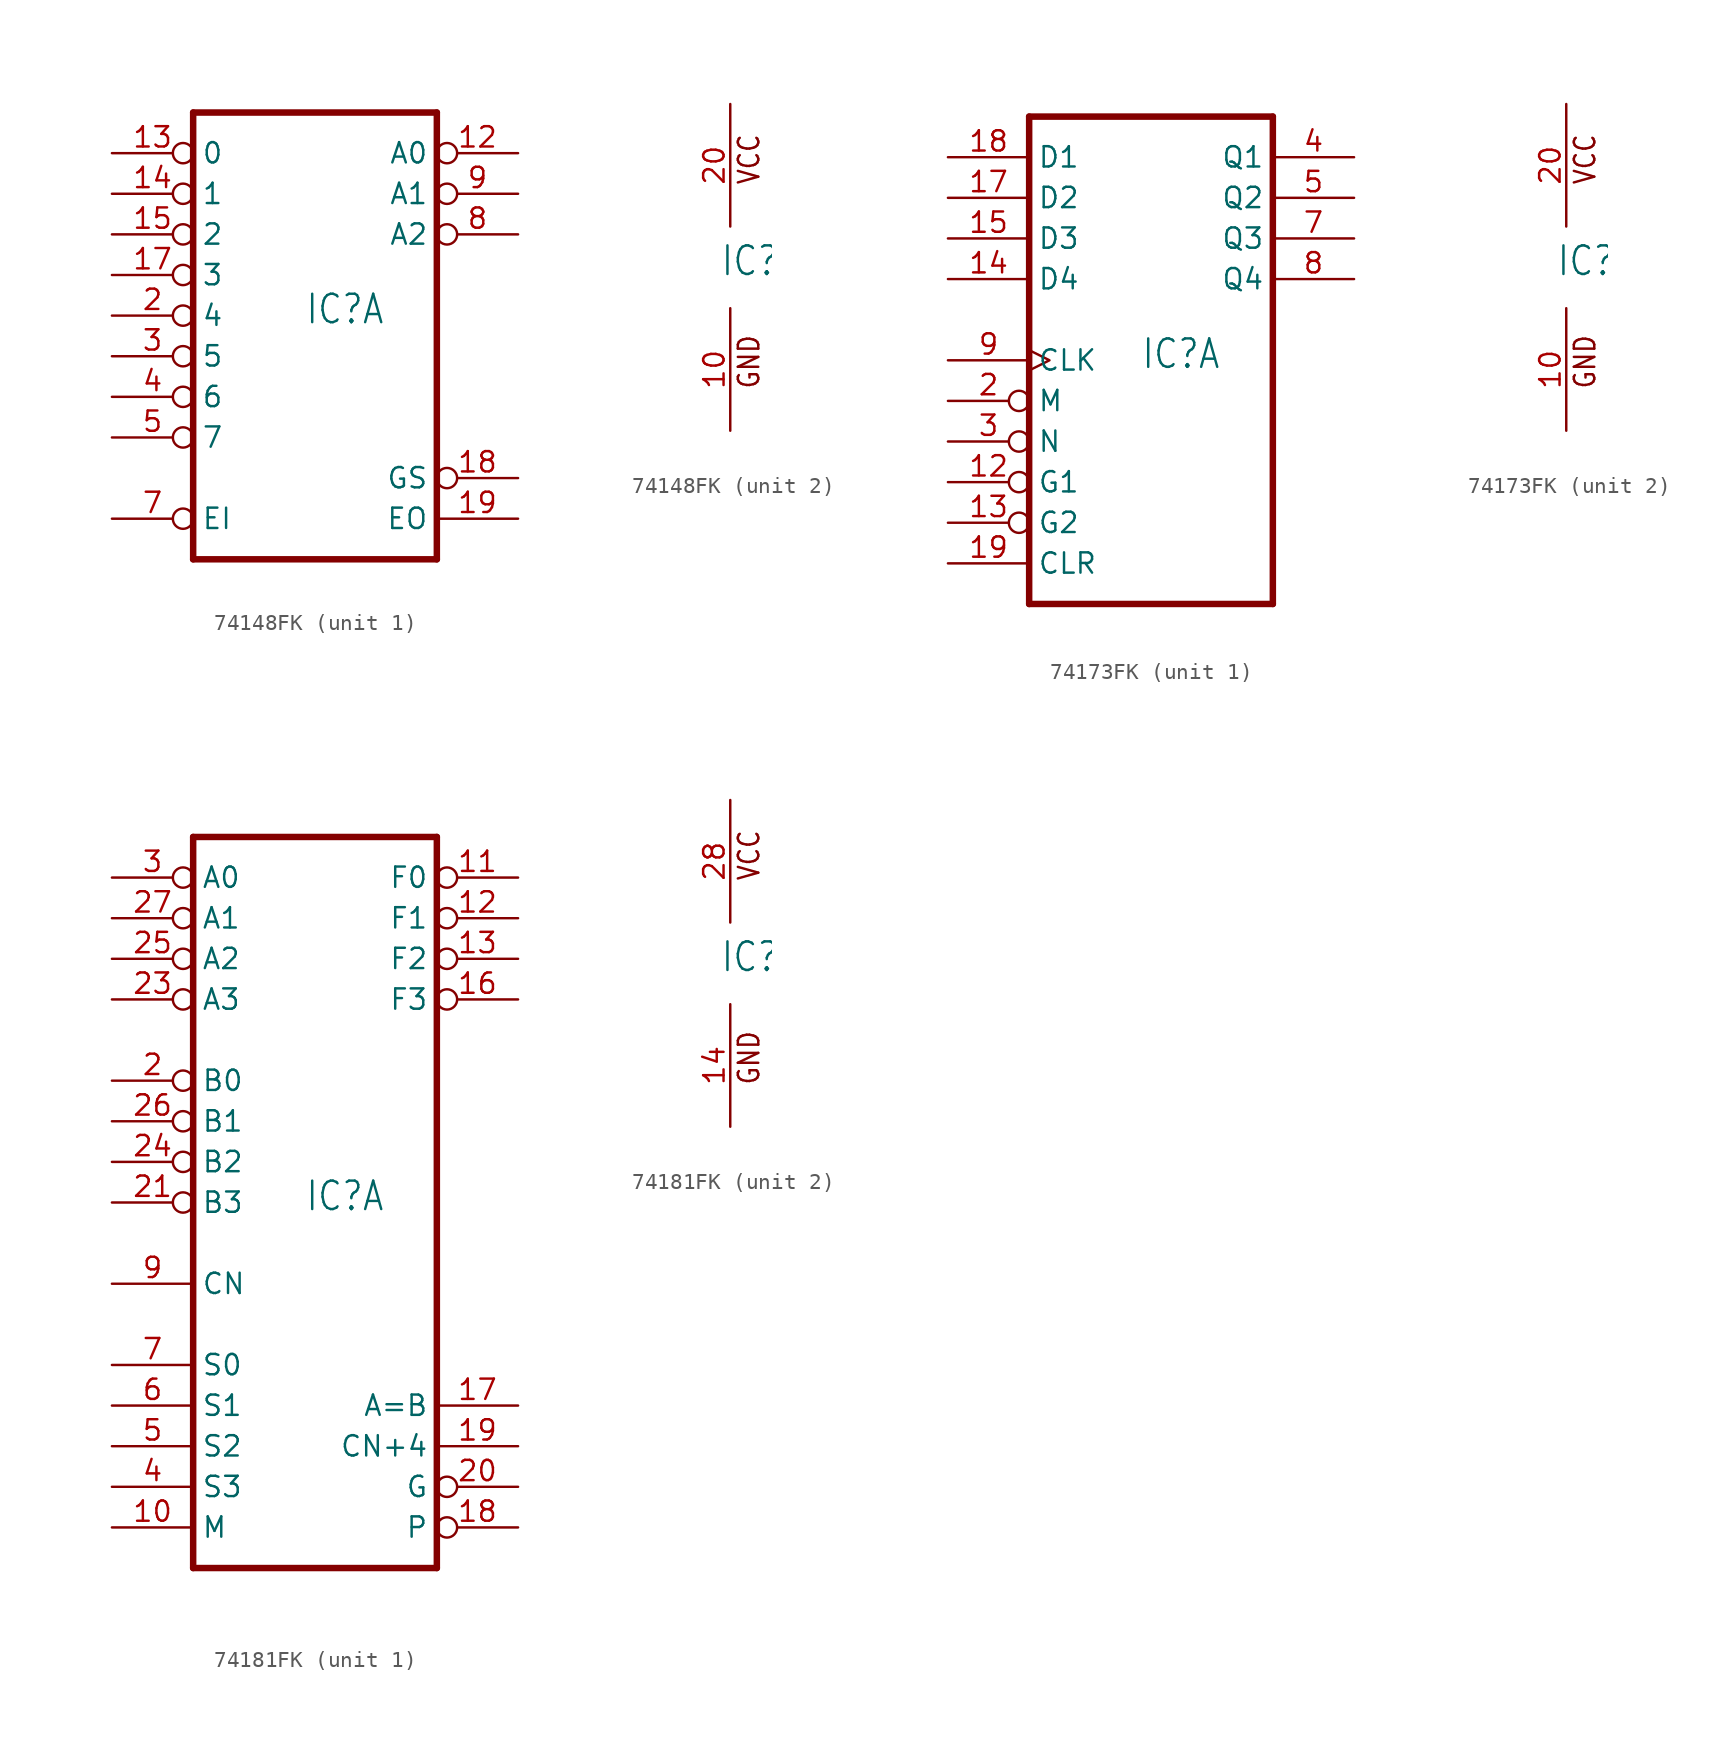
<source format=kicad_sym>
(kicad_symbol_lib
  (version 20211014)
  (generator kicad_symbol_editor)
  (symbol "74148FK"
    (property "Reference" "IC"
      (at -0.635 -0.635 0)
      (effects (font (size 1.778 1.511)) (justify left bottom)))
    (property "ki_locked" ""
      (at 0 0 0)
      (effects (font (size 1.27 1.27))))
    (symbol "74148FK_1_0"
      (polyline (pts (xy -7.62 -15.24) (xy 7.62 -15.24)) (stroke (width 0.406) (type default) (color 0 0 0 0)) (fill (type none)))
      (polyline (pts (xy -7.62 12.7) (xy -7.62 -15.24)) (stroke (width 0.406) (type default) (color 0 0 0 0)) (fill (type none)))
      (polyline (pts (xy 7.62 -15.24) (xy 7.62 12.7)) (stroke (width 0.406) (type default) (color 0 0 0 0)) (fill (type none)))
      (polyline (pts (xy 7.62 12.7) (xy -7.62 12.7)) (stroke (width 0.406) (type default) (color 0 0 0 0)) (fill (type none)))
      (pin output inverted (at 12.7 10.16 180) (length 5.08) (name "A0" (effects (font (size 1.27 1.27)))) (number "12" (effects (font (size 1.27 1.27)))))
      (pin input inverted (at -12.7 10.16 0) (length 5.08) (name "0" (effects (font (size 1.27 1.27)))) (number "13" (effects (font (size 1.27 1.27)))))
      (pin input inverted (at -12.7 7.62 0) (length 5.08) (name "1" (effects (font (size 1.27 1.27)))) (number "14" (effects (font (size 1.27 1.27)))))
      (pin input inverted (at -12.7 5.08 0) (length 5.08) (name "2" (effects (font (size 1.27 1.27)))) (number "15" (effects (font (size 1.27 1.27)))))
      (pin input inverted (at -12.7 2.54 0) (length 5.08) (name "3" (effects (font (size 1.27 1.27)))) (number "17" (effects (font (size 1.27 1.27)))))
      (pin output inverted (at 12.7 -10.16 180) (length 5.08) (name "GS" (effects (font (size 1.27 1.27)))) (number "18" (effects (font (size 1.27 1.27)))))
      (pin output line (at 12.7 -12.7 180) (length 5.08) (name "EO" (effects (font (size 1.27 1.27)))) (number "19" (effects (font (size 1.27 1.27)))))
      (pin input inverted (at -12.7 0 0) (length 5.08) (name "4" (effects (font (size 1.27 1.27)))) (number "2" (effects (font (size 1.27 1.27)))))
      (pin input inverted (at -12.7 -2.54 0) (length 5.08) (name "5" (effects (font (size 1.27 1.27)))) (number "3" (effects (font (size 1.27 1.27)))))
      (pin input inverted (at -12.7 -5.08 0) (length 5.08) (name "6" (effects (font (size 1.27 1.27)))) (number "4" (effects (font (size 1.27 1.27)))))
      (pin input inverted (at -12.7 -7.62 0) (length 5.08) (name "7" (effects (font (size 1.27 1.27)))) (number "5" (effects (font (size 1.27 1.27)))))
      (pin input inverted (at -12.7 -12.7 0) (length 5.08) (name "EI" (effects (font (size 1.27 1.27)))) (number "7" (effects (font (size 1.27 1.27)))))
      (pin output inverted (at 12.7 5.08 180) (length 5.08) (name "A2" (effects (font (size 1.27 1.27)))) (number "8" (effects (font (size 1.27 1.27)))))
      (pin output inverted (at 12.7 7.62 180) (length 5.08) (name "A1" (effects (font (size 1.27 1.27)))) (number "9" (effects (font (size 1.27 1.27))))))
    (symbol "74148FK_2_0"
      (text "GND" (at 1.905 -7.62 900) (effects (font (size 1.27 1.079)) (justify left bottom)))
      (text "VCC" (at 1.905 5.08 900) (effects (font (size 1.27 1.079)) (justify left bottom)))
      (pin power_in line (at 0 -10.16 90) (length 7.62) (name "GND" (effects (font (size 0 0)))) (number "10" (effects (font (size 1.27 1.27)))))
      (pin power_in line (at 0 10.16 270) (length 7.62) (name "VCC" (effects (font (size 0 0)))) (number "20" (effects (font (size 1.27 1.27)))))))
  (symbol "74173FK"
    (property "Reference" "IC"
      (at -0.635 -0.635 0)
      (effects (font (size 1.778 1.511)) (justify left bottom)))
    (property "ki_locked" ""
      (at 0 0 0)
      (effects (font (size 1.27 1.27))))
    (symbol "74173FK_1_0"
      (polyline (pts (xy -7.62 -15.24) (xy 7.62 -15.24)) (stroke (width 0.406) (type default) (color 0 0 0 0)) (fill (type none)))
      (polyline (pts (xy -7.62 15.24) (xy -7.62 -15.24)) (stroke (width 0.406) (type default) (color 0 0 0 0)) (fill (type none)))
      (polyline (pts (xy 7.62 -15.24) (xy 7.62 15.24)) (stroke (width 0.406) (type default) (color 0 0 0 0)) (fill (type none)))
      (polyline (pts (xy 7.62 15.24) (xy -7.62 15.24)) (stroke (width 0.406) (type default) (color 0 0 0 0)) (fill (type none)))
      (pin input inverted (at -12.7 -7.62 0) (length 5.08) (name "G1" (effects (font (size 1.27 1.27)))) (number "12" (effects (font (size 1.27 1.27)))))
      (pin input inverted (at -12.7 -10.16 0) (length 5.08) (name "G2" (effects (font (size 1.27 1.27)))) (number "13" (effects (font (size 1.27 1.27)))))
      (pin input line (at -12.7 5.08 0) (length 5.08) (name "D4" (effects (font (size 1.27 1.27)))) (number "14" (effects (font (size 1.27 1.27)))))
      (pin input line (at -12.7 7.62 0) (length 5.08) (name "D3" (effects (font (size 1.27 1.27)))) (number "15" (effects (font (size 1.27 1.27)))))
      (pin input line (at -12.7 10.16 0) (length 5.08) (name "D2" (effects (font (size 1.27 1.27)))) (number "17" (effects (font (size 1.27 1.27)))))
      (pin input line (at -12.7 12.7 0) (length 5.08) (name "D1" (effects (font (size 1.27 1.27)))) (number "18" (effects (font (size 1.27 1.27)))))
      (pin input line (at -12.7 -12.7 0) (length 5.08) (name "CLR" (effects (font (size 1.27 1.27)))) (number "19" (effects (font (size 1.27 1.27)))))
      (pin input inverted (at -12.7 -2.54 0) (length 5.08) (name "M" (effects (font (size 1.27 1.27)))) (number "2" (effects (font (size 1.27 1.27)))))
      (pin input inverted (at -12.7 -5.08 0) (length 5.08) (name "N" (effects (font (size 1.27 1.27)))) (number "3" (effects (font (size 1.27 1.27)))))
      (pin tri_state line (at 12.7 12.7 180) (length 5.08) (name "Q1" (effects (font (size 1.27 1.27)))) (number "4" (effects (font (size 1.27 1.27)))))
      (pin tri_state line (at 12.7 10.16 180) (length 5.08) (name "Q2" (effects (font (size 1.27 1.27)))) (number "5" (effects (font (size 1.27 1.27)))))
      (pin tri_state line (at 12.7 7.62 180) (length 5.08) (name "Q3" (effects (font (size 1.27 1.27)))) (number "7" (effects (font (size 1.27 1.27)))))
      (pin tri_state line (at 12.7 5.08 180) (length 5.08) (name "Q4" (effects (font (size 1.27 1.27)))) (number "8" (effects (font (size 1.27 1.27)))))
      (pin input clock (at -12.7 0 0) (length 5.08) (name "CLK" (effects (font (size 1.27 1.27)))) (number "9" (effects (font (size 1.27 1.27))))))
    (symbol "74173FK_2_0"
      (text "GND" (at 1.905 -7.62 900) (effects (font (size 1.27 1.079)) (justify left bottom)))
      (text "VCC" (at 1.905 5.08 900) (effects (font (size 1.27 1.079)) (justify left bottom)))
      (pin power_in line (at 0 -10.16 90) (length 7.62) (name "GND" (effects (font (size 0 0)))) (number "10" (effects (font (size 1.27 1.27)))))
      (pin power_in line (at 0 10.16 270) (length 7.62) (name "VCC" (effects (font (size 0 0)))) (number "20" (effects (font (size 1.27 1.27)))))))
  (symbol "74181FK"
    (property "Reference" "IC"
      (at -0.635 -0.635 0)
      (effects (font (size 1.778 1.511)) (justify left bottom)))
    (property "ki_locked" ""
      (at 0 0 0)
      (effects (font (size 1.27 1.27))))
    (symbol "74181FK_1_0"
      (polyline (pts (xy -7.62 -22.86) (xy 7.62 -22.86)) (stroke (width 0.406) (type default) (color 0 0 0 0)) (fill (type none)))
      (polyline (pts (xy -7.62 22.86) (xy -7.62 -22.86)) (stroke (width 0.406) (type default) (color 0 0 0 0)) (fill (type none)))
      (polyline (pts (xy 7.62 -22.86) (xy 7.62 22.86)) (stroke (width 0.406) (type default) (color 0 0 0 0)) (fill (type none)))
      (polyline (pts (xy 7.62 22.86) (xy -7.62 22.86)) (stroke (width 0.406) (type default) (color 0 0 0 0)) (fill (type none)))
      (pin input line (at -12.7 -20.32 0) (length 5.08) (name "M" (effects (font (size 1.27 1.27)))) (number "10" (effects (font (size 1.27 1.27)))))
      (pin output inverted (at 12.7 20.32 180) (length 5.08) (name "F0" (effects (font (size 1.27 1.27)))) (number "11" (effects (font (size 1.27 1.27)))))
      (pin output inverted (at 12.7 17.78 180) (length 5.08) (name "F1" (effects (font (size 1.27 1.27)))) (number "12" (effects (font (size 1.27 1.27)))))
      (pin output inverted (at 12.7 15.24 180) (length 5.08) (name "F2" (effects (font (size 1.27 1.27)))) (number "13" (effects (font (size 1.27 1.27)))))
      (pin output inverted (at 12.7 12.7 180) (length 5.08) (name "F3" (effects (font (size 1.27 1.27)))) (number "16" (effects (font (size 1.27 1.27)))))
      (pin output line (at 12.7 -12.7 180) (length 5.08) (name "A=B" (effects (font (size 1.27 1.27)))) (number "17" (effects (font (size 1.27 1.27)))))
      (pin output inverted (at 12.7 -20.32 180) (length 5.08) (name "P" (effects (font (size 1.27 1.27)))) (number "18" (effects (font (size 1.27 1.27)))))
      (pin output line (at 12.7 -15.24 180) (length 5.08) (name "CN+4" (effects (font (size 1.27 1.27)))) (number "19" (effects (font (size 1.27 1.27)))))
      (pin input inverted (at -12.7 7.62 0) (length 5.08) (name "B0" (effects (font (size 1.27 1.27)))) (number "2" (effects (font (size 1.27 1.27)))))
      (pin output inverted (at 12.7 -17.78 180) (length 5.08) (name "G" (effects (font (size 1.27 1.27)))) (number "20" (effects (font (size 1.27 1.27)))))
      (pin input inverted (at -12.7 0 0) (length 5.08) (name "B3" (effects (font (size 1.27 1.27)))) (number "21" (effects (font (size 1.27 1.27)))))
      (pin input inverted (at -12.7 12.7 0) (length 5.08) (name "A3" (effects (font (size 1.27 1.27)))) (number "23" (effects (font (size 1.27 1.27)))))
      (pin input inverted (at -12.7 2.54 0) (length 5.08) (name "B2" (effects (font (size 1.27 1.27)))) (number "24" (effects (font (size 1.27 1.27)))))
      (pin input inverted (at -12.7 15.24 0) (length 5.08) (name "A2" (effects (font (size 1.27 1.27)))) (number "25" (effects (font (size 1.27 1.27)))))
      (pin input inverted (at -12.7 5.08 0) (length 5.08) (name "B1" (effects (font (size 1.27 1.27)))) (number "26" (effects (font (size 1.27 1.27)))))
      (pin input inverted (at -12.7 17.78 0) (length 5.08) (name "A1" (effects (font (size 1.27 1.27)))) (number "27" (effects (font (size 1.27 1.27)))))
      (pin input inverted (at -12.7 20.32 0) (length 5.08) (name "A0" (effects (font (size 1.27 1.27)))) (number "3" (effects (font (size 1.27 1.27)))))
      (pin input line (at -12.7 -17.78 0) (length 5.08) (name "S3" (effects (font (size 1.27 1.27)))) (number "4" (effects (font (size 1.27 1.27)))))
      (pin input line (at -12.7 -15.24 0) (length 5.08) (name "S2" (effects (font (size 1.27 1.27)))) (number "5" (effects (font (size 1.27 1.27)))))
      (pin input line (at -12.7 -12.7 0) (length 5.08) (name "S1" (effects (font (size 1.27 1.27)))) (number "6" (effects (font (size 1.27 1.27)))))
      (pin input line (at -12.7 -10.16 0) (length 5.08) (name "S0" (effects (font (size 1.27 1.27)))) (number "7" (effects (font (size 1.27 1.27)))))
      (pin input line (at -12.7 -5.08 0) (length 5.08) (name "CN" (effects (font (size 1.27 1.27)))) (number "9" (effects (font (size 1.27 1.27))))))
    (symbol "74181FK_2_0"
      (text "GND" (at 1.905 -7.62 900) (effects (font (size 1.27 1.079)) (justify left bottom)))
      (text "VCC" (at 1.905 5.08 900) (effects (font (size 1.27 1.079)) (justify left bottom)))
      (pin power_in line (at 0 -10.16 90) (length 7.62) (name "GND" (effects (font (size 0 0)))) (number "14" (effects (font (size 1.27 1.27)))))
      (pin power_in line (at 0 10.16 270) (length 7.62) (name "VCC" (effects (font (size 0 0)))) (number "28" (effects (font (size 1.27 1.27))))))))
</source>
